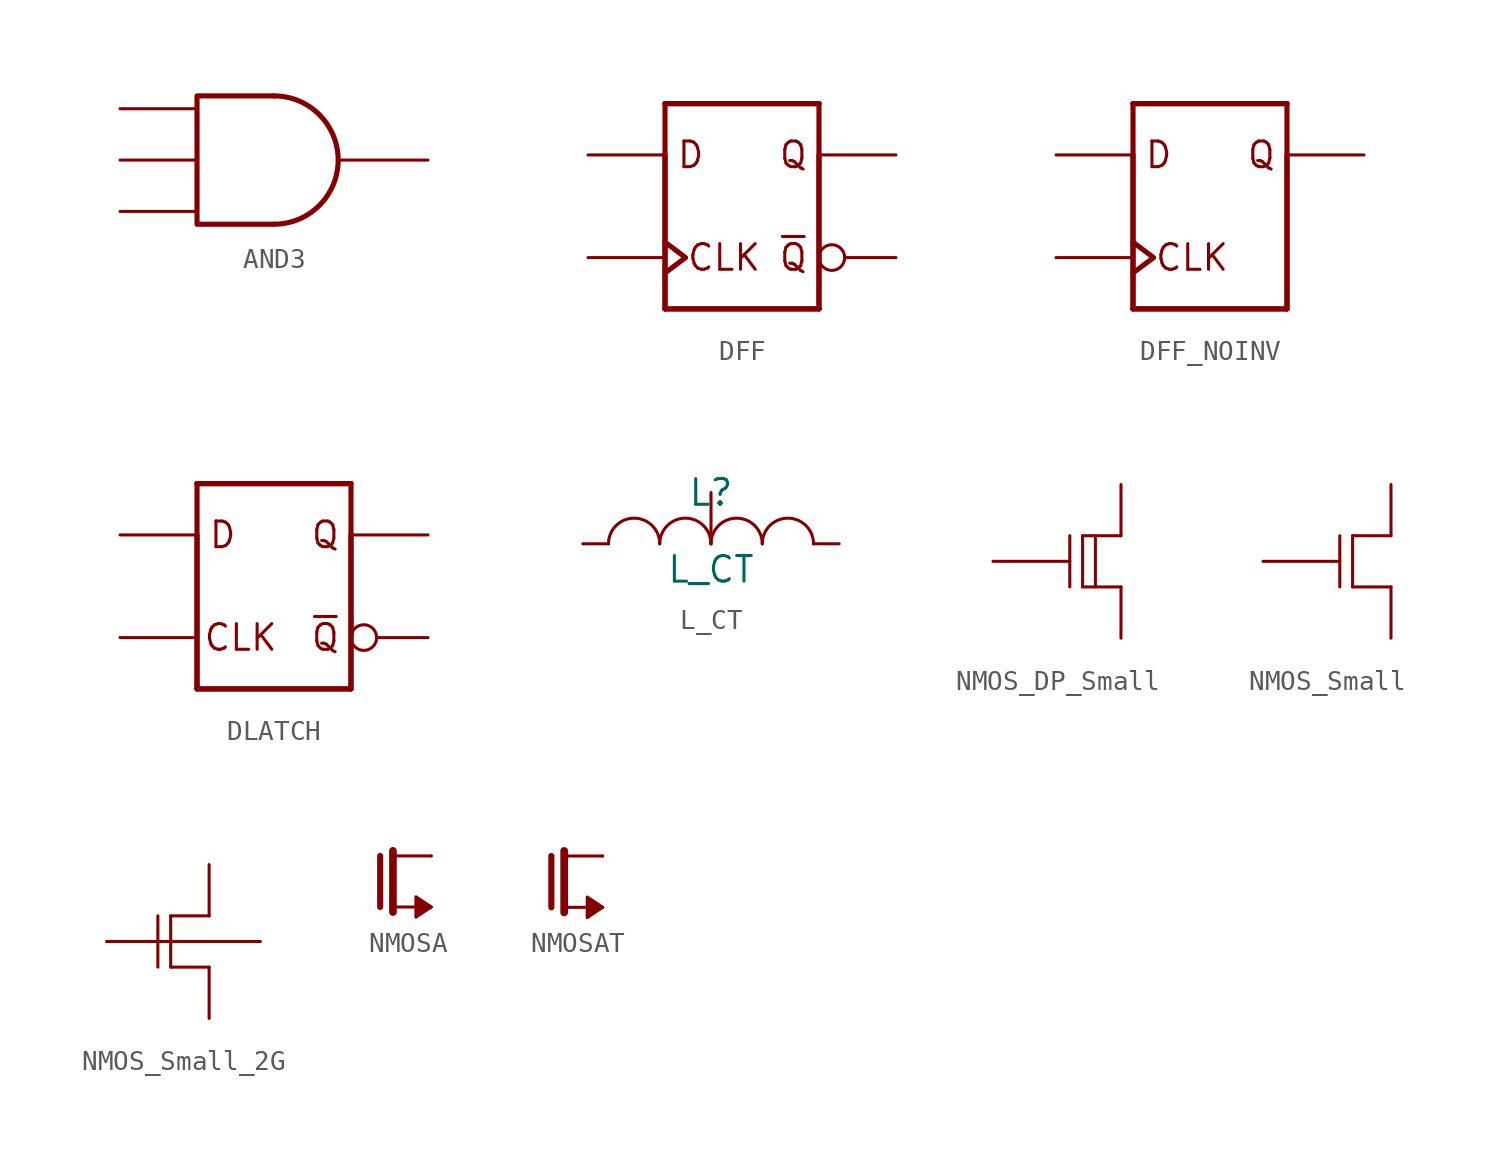
<source format=kicad_sym>
(kicad_symbol_lib
  (version 20211014)
  (generator kicad_symbol_editor)
  (symbol "AND3"
    (pin_numbers hide)
    (pin_names
      (offset 1.016) hide)
    (property "Reference" "U"
      (at -2.54 5.08 0)
      (effects (font (size 1.27 1.27)) hide))
    (symbol "AND3_0_1"
      (arc (start 0 -3.175) (mid 3.175 0) (end 0 3.175) (stroke (width 0.254) (type default) (color 0 0 0 0)) (fill (type none)))
      (polyline (pts (xy 0 -3.175) (xy -3.81 -3.175) (xy -3.81 3.175) (xy 0 3.175)) (stroke (width 0.254) (type default) (color 0 0 0 0)) (fill (type none))))
    (symbol "AND3_1_1"
      (pin input line (at -7.62 0 0) (length 3.81) (name "~" (effects (font (size 1.016 1.016)))) (number "1" (effects (font (size 1.016 1.016)))))
      (pin input line (at -7.62 -2.54 0) (length 3.81) (name "~" (effects (font (size 1.016 1.016)))) (number "3" (effects (font (size 1.016 1.016)))))
      (pin output line (at 7.62 0 180) (length 4.445) (name "~" (effects (font (size 1.016 1.016)))) (number "4" (effects (font (size 1.016 1.016)))))
      (pin input line (at -7.62 2.54 0) (length 3.81) (name "~" (effects (font (size 1.016 1.016)))) (number "6" (effects (font (size 1.016 1.016)))))))
  (symbol "DFF"
    (pin_numbers hide)
    (pin_names
      (offset 1.016) hide)
    (property "Reference" "U"
      (at -2.54 3.81 0)
      (effects (font (size 1.27 1.27)) hide))
    (symbol "DFF_0_0"
      (polyline (pts (xy -3.81 -1.778) (xy -2.794 -2.54) (xy -3.81 -3.302)) (stroke (width 0.254) (type default) (color 0 0 0 0)) (fill (type none)))
      (text "CLK" (at -0.889 -2.54 0) (effects (font (size 1.27 1.27))))
      (text "D" (at -2.54 2.54 0) (effects (font (size 1.27 1.27))))
      (text "Q" (at 2.54 2.54 0) (effects (font (size 1.27 1.27))))
      (text "~{Q}" (at 2.54 -2.54 0) (effects (font (size 1.27 1.27)))))
    (symbol "DFF_0_1"
      (polyline (pts (xy 0 5.08) (xy 3.81 5.08) (xy -3.81 5.08)) (stroke (width 0.254) (type default) (color 0 0 0 0)) (fill (type background)))
      (polyline (pts (xy 0 5.08) (xy 3.81 5.08) (xy -3.81 5.08)) (stroke (width 0.254) (type default) (color 0 0 0 0)) (fill (type background))))
    (symbol "DFF_1_1"
      (polyline (pts (xy -3.81 -1.27) (xy -3.81 2.54) (xy -3.81 -5.08)) (stroke (width 0.254) (type default) (color 0 0 0 0)) (fill (type background)))
      (polyline (pts (xy -3.81 -1.27) (xy -3.81 5.08) (xy -3.81 -5.08)) (stroke (width 0.254) (type default) (color 0 0 0 0)) (fill (type background)))
      (polyline (pts (xy 0 -5.08) (xy 3.81 -5.08) (xy -3.81 -5.08)) (stroke (width 0.254) (type default) (color 0 0 0 0)) (fill (type background)))
      (polyline (pts (xy 0 -5.08) (xy 3.81 -5.08) (xy -3.81 -5.08)) (stroke (width 0.254) (type default) (color 0 0 0 0)) (fill (type background)))
      (polyline (pts (xy 3.81 -1.27) (xy 3.81 2.54) (xy 3.81 -5.08)) (stroke (width 0.254) (type default) (color 0 0 0 0)) (fill (type background)))
      (polyline (pts (xy 3.81 -1.27) (xy 3.81 5.08) (xy 3.81 2.54) (xy 3.81 -5.08)) (stroke (width 0.254) (type default) (color 0 0 0 0)) (fill (type background)))
      (pin input line (at -7.62 -2.54 0) (length 3.81) (name "~" (effects (font (size 1.016 1.016)))) (number "1" (effects (font (size 1.016 1.016)))))
      (pin input line (at -7.62 2.54 0) (length 3.81) (name "~" (effects (font (size 1.016 1.016)))) (number "1" (effects (font (size 1.016 1.016)))))
      (pin output inverted (at 7.62 -2.54 180) (length 3.81) (name "~" (effects (font (size 1.016 1.016)))) (number "4" (effects (font (size 1.016 1.016)))))
      (pin output line (at 7.62 2.54 180) (length 3.81) (name "~" (effects (font (size 1.016 1.016)))) (number "4" (effects (font (size 1.016 1.016)))))))
  (symbol "DFF_NOINV"
    (pin_numbers hide)
    (pin_names
      (offset 1.016) hide)
    (property "Reference" "U"
      (at -2.54 3.81 0)
      (effects (font (size 1.27 1.27)) hide))
    (symbol "DFF_NOINV_0_0"
      (polyline (pts (xy -3.81 -1.778) (xy -2.794 -2.54) (xy -3.81 -3.302)) (stroke (width 0.254) (type default) (color 0 0 0 0)) (fill (type none)))
      (text "CLK" (at -0.889 -2.54 0) (effects (font (size 1.27 1.27))))
      (text "D" (at -2.54 2.54 0) (effects (font (size 1.27 1.27))))
      (text "Q" (at 2.54 2.54 0) (effects (font (size 1.27 1.27)))))
    (symbol "DFF_NOINV_0_1"
      (polyline (pts (xy 0 5.08) (xy 3.81 5.08) (xy -3.81 5.08)) (stroke (width 0.254) (type default) (color 0 0 0 0)) (fill (type background)))
      (polyline (pts (xy 0 5.08) (xy 3.81 5.08) (xy -3.81 5.08)) (stroke (width 0.254) (type default) (color 0 0 0 0)) (fill (type background))))
    (symbol "DFF_NOINV_1_1"
      (polyline (pts (xy -3.81 -1.27) (xy -3.81 2.54) (xy -3.81 -5.08)) (stroke (width 0.254) (type default) (color 0 0 0 0)) (fill (type background)))
      (polyline (pts (xy -3.81 -1.27) (xy -3.81 5.08) (xy -3.81 -5.08)) (stroke (width 0.254) (type default) (color 0 0 0 0)) (fill (type background)))
      (polyline (pts (xy 0 -5.08) (xy 3.81 -5.08) (xy -3.81 -5.08)) (stroke (width 0.254) (type default) (color 0 0 0 0)) (fill (type background)))
      (polyline (pts (xy 0 -5.08) (xy 3.81 -5.08) (xy -3.81 -5.08)) (stroke (width 0.254) (type default) (color 0 0 0 0)) (fill (type background)))
      (polyline (pts (xy 3.81 -1.27) (xy 3.81 2.54) (xy 3.81 -5.08)) (stroke (width 0.254) (type default) (color 0 0 0 0)) (fill (type background)))
      (polyline (pts (xy 3.81 -1.27) (xy 3.81 5.08) (xy 3.81 2.54) (xy 3.81 -5.08)) (stroke (width 0.254) (type default) (color 0 0 0 0)) (fill (type background)))
      (pin input line (at -7.62 -2.54 0) (length 3.81) (name "~" (effects (font (size 1.016 1.016)))) (number "1" (effects (font (size 1.016 1.016)))))
      (pin input line (at -7.62 2.54 0) (length 3.81) (name "~" (effects (font (size 1.016 1.016)))) (number "1" (effects (font (size 1.016 1.016)))))
      (pin output line (at 7.62 2.54 180) (length 3.81) (name "~" (effects (font (size 1.016 1.016)))) (number "4" (effects (font (size 1.016 1.016)))))))
  (symbol "DLATCH"
    (pin_numbers hide)
    (pin_names
      (offset 1.016) hide)
    (property "Reference" "U"
      (at -2.54 3.81 0)
      (effects (font (size 1.27 1.27)) hide))
    (symbol "DLATCH_0_0"
      (text "CLK" (at -1.651 -2.54 0) (effects (font (size 1.27 1.27))))
      (text "D" (at -2.54 2.54 0) (effects (font (size 1.27 1.27))))
      (text "Q" (at 2.54 2.54 0) (effects (font (size 1.27 1.27))))
      (text "~{Q}" (at 2.54 -2.54 0) (effects (font (size 1.27 1.27)))))
    (symbol "DLATCH_0_1"
      (polyline (pts (xy 0 5.08) (xy 3.81 5.08) (xy -3.81 5.08)) (stroke (width 0.254) (type default) (color 0 0 0 0)) (fill (type background)))
      (polyline (pts (xy 0 5.08) (xy 3.81 5.08) (xy -3.81 5.08)) (stroke (width 0.254) (type default) (color 0 0 0 0)) (fill (type background))))
    (symbol "DLATCH_1_1"
      (polyline (pts (xy -3.81 -1.27) (xy -3.81 2.54) (xy -3.81 -5.08)) (stroke (width 0.254) (type default) (color 0 0 0 0)) (fill (type background)))
      (polyline (pts (xy -3.81 -1.27) (xy -3.81 5.08) (xy -3.81 -5.08)) (stroke (width 0.254) (type default) (color 0 0 0 0)) (fill (type background)))
      (polyline (pts (xy 0 -5.08) (xy 3.81 -5.08) (xy -3.81 -5.08)) (stroke (width 0.254) (type default) (color 0 0 0 0)) (fill (type background)))
      (polyline (pts (xy 0 -5.08) (xy 3.81 -5.08) (xy -3.81 -5.08)) (stroke (width 0.254) (type default) (color 0 0 0 0)) (fill (type background)))
      (polyline (pts (xy 3.81 -1.27) (xy 3.81 2.54) (xy 3.81 -5.08)) (stroke (width 0.254) (type default) (color 0 0 0 0)) (fill (type background)))
      (polyline (pts (xy 3.81 -1.27) (xy 3.81 5.08) (xy 3.81 2.54) (xy 3.81 -5.08)) (stroke (width 0.254) (type default) (color 0 0 0 0)) (fill (type background)))
      (pin input line (at -7.62 -2.54 0) (length 3.81) (name "~" (effects (font (size 1.016 1.016)))) (number "1" (effects (font (size 1.016 1.016)))))
      (pin input line (at -7.62 2.54 0) (length 3.81) (name "~" (effects (font (size 1.016 1.016)))) (number "1" (effects (font (size 1.016 1.016)))))
      (pin output inverted (at 7.62 -2.54 180) (length 3.81) (name "~" (effects (font (size 1.016 1.016)))) (number "4" (effects (font (size 1.016 1.016)))))
      (pin output line (at 7.62 2.54 180) (length 3.81) (name "~" (effects (font (size 1.016 1.016)))) (number "4" (effects (font (size 1.016 1.016)))))))
  (symbol "L_CT"
    (pin_numbers hide)
    (pin_names
      (offset 0))
    (property "Reference" "L"
      (at 0 2.54 0)
      (effects (font (size 1.27 1.27))))
    (property "Value" "L_CT"
      (at 0 -1.27 0)
      (effects (font (size 1.27 1.27))))
    (symbol "L_CT_0_1"
      (arc (start -2.54 0) (mid -3.81 1.27) (end -5.08 0) (stroke (width 0) (type default) (color 0 0 0 0)) (fill (type none)))
      (arc (start 0 0) (mid -1.27 1.27) (end -2.54 0) (stroke (width 0) (type default) (color 0 0 0 0)) (fill (type none)))
      (arc (start 2.54 0) (mid 1.27 1.27) (end 0 0) (stroke (width 0) (type default) (color 0 0 0 0)) (fill (type none)))
      (arc (start 5.08 0) (mid 3.81 1.27) (end 2.54 0) (stroke (width 0) (type default) (color 0 0 0 0)) (fill (type none))))
    (symbol "L_CT_1_1"
      (pin input line (at -6.35 0 0) (length 1.27) (name "~" (effects (font (size 0.762 0.762)))) (number "1" (effects (font (size 0.762 0.762)))))
      (pin input line (at 6.35 0 180) (length 1.27) (name "~" (effects (font (size 0.762 0.762)))) (number "2" (effects (font (size 0.762 0.762)))))
      (pin input line (at 0 2.54 270) (length 2.54) (name "~" (effects (font (size 0.762 0.762)))) (number "3" (effects (font (size 0.762 0.762)))))))
  (symbol "NMOS_DP_Small"
    (pin_numbers hide)
    (pin_names
      (offset 0) hide)
    (property "Reference" "M"
      (at -2.54 1.27 0)
      (effects (font (size 1.27 1.27)) (justify left) hide))
    (symbol "NMOS_DP_Small_0_1"
      (polyline (pts (xy 0 -1.27) (xy 0 1.27)) (stroke (width 0) (type default) (color 0 0 0 0)) (fill (type none)))
      (polyline (pts (xy 0.635 -1.27) (xy 2.54 -1.27)) (stroke (width 0) (type default) (color 0 0 0 0)) (fill (type none)))
      (polyline (pts (xy 1.27 1.27) (xy 1.27 -1.27)) (stroke (width 0) (type default) (color 0 0 0 0)) (fill (type none)))
      (polyline (pts (xy 2.54 1.27) (xy 0.635 1.27)) (stroke (width 0) (type default) (color 0 0 0 0)) (fill (type none))))
    (symbol "NMOS_DP_Small_1_1"
      (polyline (pts (xy 0.635 -1.27) (xy 0.635 1.27)) (stroke (width 0) (type default) (color 0 0 0 0)) (fill (type none)))
      (pin passive line (at 2.54 3.81 270) (length 2.54) (name "D" (effects (font (size 1.27 1.27)))) (number "1" (effects (font (size 1.27 1.27)))))
      (pin input line (at -3.81 0 0) (length 3.81) (name "G" (effects (font (size 1.27 1.27)))) (number "2" (effects (font (size 1.27 1.27)))))
      (pin passive line (at 2.54 -3.81 90) (length 2.54) (name "S" (effects (font (size 1.27 1.27)))) (number "3" (effects (font (size 1.27 1.27)))))))
  (symbol "NMOS_Small"
    (pin_numbers hide)
    (pin_names
      (offset 0) hide)
    (property "Reference" "M"
      (at -2.54 1.27 0)
      (effects (font (size 1.27 1.27)) (justify left) hide))
    (symbol "NMOS_Small_0_1"
      (polyline (pts (xy 0 -1.27) (xy 0 1.27)) (stroke (width 0) (type default) (color 0 0 0 0)) (fill (type none)))
      (polyline (pts (xy 0.635 -1.27) (xy 2.54 -1.27)) (stroke (width 0) (type default) (color 0 0 0 0)) (fill (type none)))
      (polyline (pts (xy 2.54 1.27) (xy 0.635 1.27)) (stroke (width 0) (type default) (color 0 0 0 0)) (fill (type none))))
    (symbol "NMOS_Small_1_1"
      (polyline (pts (xy 0.635 -1.27) (xy 0.635 1.27)) (stroke (width 0) (type default) (color 0 0 0 0)) (fill (type none)))
      (pin passive line (at 2.54 3.81 270) (length 2.54) (name "D" (effects (font (size 1.27 1.27)))) (number "1" (effects (font (size 1.27 1.27)))))
      (pin input line (at -3.81 0 0) (length 3.81) (name "G" (effects (font (size 1.27 1.27)))) (number "2" (effects (font (size 1.27 1.27)))))
      (pin passive line (at 2.54 -3.81 90) (length 2.54) (name "S" (effects (font (size 1.27 1.27)))) (number "3" (effects (font (size 1.27 1.27)))))))
  (symbol "NMOS_Small_2G"
    (pin_numbers hide)
    (pin_names
      (offset 0) hide)
    (property "Reference" "M"
      (at -1.27 1.27 0)
      (effects (font (size 1.27 1.27)) (justify left) hide))
    (symbol "NMOS_Small_2G_0_1"
      (polyline (pts (xy 0 -1.27) (xy 0 1.27)) (stroke (width 0) (type default) (color 0 0 0 0)) (fill (type none)))
      (polyline (pts (xy 0.635 -1.27) (xy 2.54 -1.27)) (stroke (width 0) (type default) (color 0 0 0 0)) (fill (type none)))
      (polyline (pts (xy 2.54 1.27) (xy 0.635 1.27)) (stroke (width 0) (type default) (color 0 0 0 0)) (fill (type none))))
    (symbol "NMOS_Small_2G_1_1"
      (polyline (pts (xy 0.635 -1.27) (xy 0.635 1.27)) (stroke (width 0) (type default) (color 0 0 0 0)) (fill (type none)))
      (pin passive line (at 2.54 3.81 270) (length 2.54) (name "D" (effects (font (size 1.27 1.27)))) (number "1" (effects (font (size 1.27 1.27)))))
      (pin input line (at -2.54 0 0) (length 3.81) (name "G" (effects (font (size 1.27 1.27)))) (number "2" (effects (font (size 1.27 1.27)))))
      (pin input line (at 5.08 0 180) (length 3.81) (name "G" (effects (font (size 1.27 1.27)))) (number "2" (effects (font (size 1.27 1.27)))))
      (pin passive line (at 2.54 -3.81 90) (length 2.54) (name "S" (effects (font (size 1.27 1.27)))) (number "3" (effects (font (size 1.27 1.27)))))))
  (symbol "NMOSA"
    (pin_numbers hide)
    (pin_names
      (offset 0) hide)
    (property "Reference" "M"
      (at -5.08 1.27 0)
      (effects (font (size 1.27 1.27)) (justify left) hide))
    (symbol "NMOSA_0_1"
      (polyline (pts (xy -2.54 -1.27) (xy -2.54 1.27)) (stroke (width 0.305) (type default) (color 0 0 0 0)) (fill (type none)))
      (polyline (pts (xy -1.905 -1.27) (xy 0 -1.27)) (stroke (width 0) (type default) (color 0 0 0 0)) (fill (type none)))
      (polyline (pts (xy 0 1.27) (xy -1.905 1.27)) (stroke (width 0) (type default) (color 0 0 0 0)) (fill (type none)))
      (polyline (pts (xy -0.762 -0.762) (xy 0 -1.27) (xy -0.762 -1.778) (xy -0.762 -0.762)) (stroke (width 0) (type default) (color 0 0 0 0)) (fill (type outline))))
    (symbol "NMOSA_1_1"
      (polyline (pts (xy -1.905 -1.524) (xy -1.905 1.524)) (stroke (width 0.381) (type default) (color 0 0 0 0)) (fill (type none)))
      (pin passive line (at 0 1.27 270) (length 0) (name "D" (effects (font (size 1.27 1.27)))) (number "1" (effects (font (size 1.27 1.27)))))
      (pin passive line (at 0 -1.27 90) (length 0) (name "S" (effects (font (size 1.27 1.27)))) (number "3" (effects (font (size 1.27 1.27)))))))
  (symbol "NMOSAT"
    (pin_numbers hide)
    (pin_names
      (offset 0) hide)
    (property "Reference" "M"
      (at -5.08 1.27 0)
      (effects (font (size 1.27 1.27)) (justify left) hide))
    (symbol "NMOSAT_0_1"
      (polyline (pts (xy -2.54 -1.27) (xy -2.54 1.27)) (stroke (width 0.305) (type default) (color 0 0 0 0)) (fill (type none)))
      (polyline (pts (xy -1.905 -1.27) (xy 0 -1.27)) (stroke (width 0) (type default) (color 0 0 0 0)) (fill (type none)))
      (polyline (pts (xy 0 1.27) (xy -1.905 1.27)) (stroke (width 0) (type default) (color 0 0 0 0)) (fill (type none)))
      (polyline (pts (xy -0.762 -0.762) (xy 0 -1.27) (xy -0.762 -1.778) (xy -0.762 -0.762)) (stroke (width 0) (type default) (color 0 0 0 0)) (fill (type outline))))
    (symbol "NMOSAT_1_1"
      (polyline (pts (xy -1.905 -1.524) (xy -1.905 1.524)) (stroke (width 0.381) (type default) (color 0 0 0 0)) (fill (type none)))
      (pin passive line (at 0 1.27 270) (length 0) (name "D" (effects (font (size 1.27 1.27)))) (number "1" (effects (font (size 1.27 1.27)))))
      (pin passive line (at -2.54 0 0) (length 0) (name "G" (effects (font (size 1.27 1.27)))) (number "2" (effects (font (size 1.27 1.27)))))
      (pin passive line (at 0 -1.27 90) (length 0) (name "S" (effects (font (size 1.27 1.27)))) (number "3" (effects (font (size 1.27 1.27))))))))
</source>
